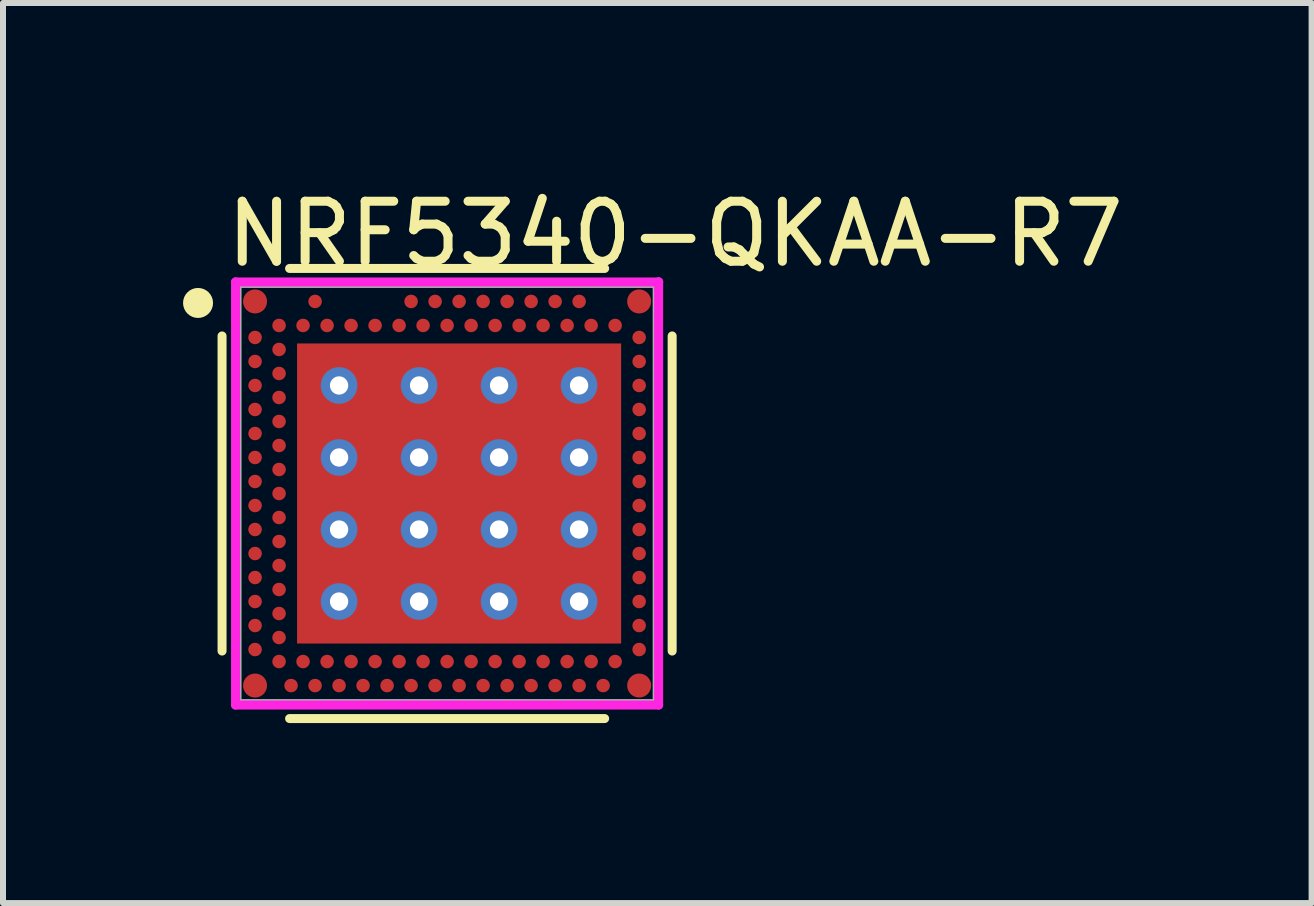
<source format=kicad_pcb>
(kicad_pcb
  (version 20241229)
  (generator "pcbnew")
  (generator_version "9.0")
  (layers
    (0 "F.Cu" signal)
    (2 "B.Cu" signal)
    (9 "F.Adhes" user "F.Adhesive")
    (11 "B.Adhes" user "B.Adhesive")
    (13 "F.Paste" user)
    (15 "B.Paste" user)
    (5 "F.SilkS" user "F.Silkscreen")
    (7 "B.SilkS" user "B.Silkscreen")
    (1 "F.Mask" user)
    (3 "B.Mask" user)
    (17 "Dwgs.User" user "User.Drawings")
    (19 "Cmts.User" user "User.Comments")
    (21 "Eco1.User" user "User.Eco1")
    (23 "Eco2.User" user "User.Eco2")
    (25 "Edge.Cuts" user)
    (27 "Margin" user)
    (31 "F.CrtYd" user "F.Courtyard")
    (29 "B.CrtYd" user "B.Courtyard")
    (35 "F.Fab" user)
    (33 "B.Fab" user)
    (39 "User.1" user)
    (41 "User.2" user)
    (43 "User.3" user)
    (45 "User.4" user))
  (footprint "NRF5340-QKAA-R7"
    (layer "F.Cu")
    (at 4.4 5.173)
    (property "Reference" "NRF5340-QKAA-R7" (at -3.75 -4.325 0) (layer "F.SilkS") (effects (font (size 1 1) (thickness 0.15)) (justify left)))
    (attr through_hole)
    (fp_line (start -3.75 2.625) (end -3.75 -2.625) (stroke (width 0.15) (type solid)) (layer "F.SilkS"))
    (fp_line (start -2.625 -3.75) (end 2.625 -3.75) (stroke (width 0.15) (type solid)) (layer "F.SilkS"))
    (fp_line (start -2.625 3.75) (end 2.625 3.75) (stroke (width 0.15) (type solid)) (layer "F.SilkS"))
    (fp_line (start 3.75 2.625) (end 3.75 -2.625) (stroke (width 0.15) (type solid)) (layer "F.SilkS"))
    (fp_circle (center -4.15 -3.175) (end -4.025 -3.175) (stroke (width 0.25) (type solid)) (fill no) (layer "F.SilkS"))
    (fp_line (start -3.525 -3.525) (end -3.525 3.525) (stroke (width 0.15) (type solid)) (layer "F.CrtYd"))
    (fp_line (start -3.525 3.525) (end 3.525 3.525) (stroke (width 0.15) (type solid)) (layer "F.CrtYd"))
    (fp_line (start 3.525 -3.525) (end -3.525 -3.525) (stroke (width 0.15) (type solid)) (layer "F.CrtYd"))
    (fp_line (start 3.525 -3.525) (end 3.525 -3.525) (stroke (width 0.15) (type solid)) (layer "F.CrtYd"))
    (fp_line (start 3.525 3.525) (end 3.525 -3.525) (stroke (width 0.15) (type solid)) (layer "F.CrtYd"))
    (fp_line (start -3.5 -3.5) (end 3.5 -3.5) (stroke (width 0.15) (type solid)) (layer "F.Fab"))
    (fp_line (start -3.5 3.5) (end -3.5 -3.5) (stroke (width 0.15) (type solid)) (layer "F.Fab"))
    (fp_line (start 3.5 -3.5) (end 3.5 3.5) (stroke (width 0.15) (type solid)) (layer "F.Fab"))
    (fp_line (start 3.5 3.5) (end -3.5 3.5) (stroke (width 0.15) (type solid)) (layer "F.Fab"))
    (pad "" smd rect (at -1.75 -1.8) (size 1.1 1) (layers "F.Paste"))
    (pad "" smd rect (at -1.75 -0.6) (size 1.1 1) (layers "F.Paste"))
    (pad "" smd rect (at -1.75 0.6) (size 1.1 1) (layers "F.Paste"))
    (pad "" smd rect (at -1.75 1.8) (size 1.1 1) (layers "F.Paste"))
    (pad "" smd rect (at -0.45 -1.8) (size 1.1 1) (layers "F.Paste"))
    (pad "" smd rect (at -0.45 -0.6) (size 1.1 1) (layers "F.Paste"))
    (pad "" smd rect (at -0.45 0.6) (size 1.1 1) (layers "F.Paste"))
    (pad "" smd rect (at -0.45 1.8) (size 1.1 1) (layers "F.Paste"))
    (pad "" smd rect (at 0.85 -1.8) (size 1.1 1) (layers "F.Paste"))
    (pad "" smd rect (at 0.85 -0.6) (size 1.1 1) (layers "F.Paste"))
    (pad "" smd rect (at 0.85 0.6) (size 1.1 1) (layers "F.Paste"))
    (pad "" smd rect (at 0.85 1.8) (size 1.1 1) (layers "F.Paste"))
    (pad "" smd rect (at 2.15 -1.8) (size 1.1 1) (layers "F.Paste"))
    (pad "" smd rect (at 2.15 -0.6) (size 1.1 1) (layers "F.Paste"))
    (pad "" smd rect (at 2.15 0.6) (size 1.1 1) (layers "F.Paste"))
    (pad "" smd rect (at 2.15 1.8) (size 1.1 1) (layers "F.Paste"))
    (pad "1" smd rect (at 0.2 0) (size 5.4 5) (layers "F.Cu" "F.Mask"))
    (pad "A1" smd circle (at -3.2 -3.2) (size 0.4 0.4) (layers "F.Cu" "F.Mask" "F.Paste"))
    (pad "A5" smd circle (at -2.2 -3.2) (size 0.225 0.225) (layers "F.Cu" "F.Mask" "F.Paste"))
    (pad "A13" smd circle (at -0.6 -3.2) (size 0.225 0.225) (layers "F.Cu" "F.Mask" "F.Paste"))
    (pad "A15" smd circle (at -0.2 -3.2) (size 0.225 0.225) (layers "F.Cu" "F.Mask" "F.Paste"))
    (pad "A17" smd circle (at 0.2 -3.2) (size 0.225 0.225) (layers "F.Cu" "F.Mask" "F.Paste"))
    (pad "A19" smd circle (at 0.6 -3.2) (size 0.225 0.225) (layers "F.Cu" "F.Mask" "F.Paste"))
    (pad "A21" smd circle (at 1 -3.2) (size 0.225 0.225) (layers "F.Cu" "F.Mask" "F.Paste"))
    (pad "A23" smd circle (at 1.4 -3.2) (size 0.225 0.225) (layers "F.Cu" "F.Mask" "F.Paste"))
    (pad "A25" smd circle (at 1.8 -3.2) (size 0.225 0.225) (layers "F.Cu" "F.Mask" "F.Paste"))
    (pad "A27" smd circle (at 2.2 -3.2) (size 0.225 0.225) (layers "F.Cu" "F.Mask" "F.Paste"))
    (pad "A31" smd circle (at 3.2 -3.2) (size 0.4 0.4) (layers "F.Cu" "F.Mask" "F.Paste"))
    (pad "AA1" smd circle (at -3.2 1) (size 0.225 0.225) (layers "F.Cu" "F.Mask" "F.Paste"))
    (pad "AA31" smd circle (at 3.2 1) (size 0.225 0.225) (layers "F.Cu" "F.Mask" "F.Paste"))
    (pad "AB2" smd circle (at -2.8 1.2) (size 0.225 0.225) (layers "F.Cu" "F.Mask" "F.Paste"))
    (pad "AC1" smd circle (at -3.2 1.4) (size 0.225 0.225) (layers "F.Cu" "F.Mask" "F.Paste"))
    (pad "AC31" smd circle (at 3.2 1.4) (size 0.225 0.225) (layers "F.Cu" "F.Mask" "F.Paste"))
    (pad "AD2" smd circle (at -2.8 1.6) (size 0.225 0.225) (layers "F.Cu" "F.Mask" "F.Paste"))
    (pad "AE1" smd circle (at -3.2 1.8) (size 0.225 0.225) (layers "F.Cu" "F.Mask" "F.Paste"))
    (pad "AE31" smd circle (at 3.2 1.8) (size 0.225 0.225) (layers "F.Cu" "F.Mask" "F.Paste"))
    (pad "AF2" smd circle (at -2.8 2) (size 0.225 0.225) (layers "F.Cu" "F.Mask" "F.Paste"))
    (pad "AG1" smd circle (at -3.2 2.2) (size 0.225 0.225) (layers "F.Cu" "F.Mask" "F.Paste"))
    (pad "AG31" smd circle (at 3.2 2.2) (size 0.225 0.225) (layers "F.Cu" "F.Mask" "F.Paste"))
    (pad "AH2" smd circle (at -2.8 2.4) (size 0.225 0.225) (layers "F.Cu" "F.Mask" "F.Paste"))
    (pad "AJ1" smd circle (at -3.2 2.6) (size 0.225 0.225) (layers "F.Cu" "F.Mask" "F.Paste"))
    (pad "AJ31" smd circle (at 3.2 2.6) (size 0.225 0.225) (layers "F.Cu" "F.Mask" "F.Paste"))
    (pad "AK2" smd circle (at -2.8 2.8) (size 0.225 0.225) (layers "F.Cu" "F.Mask" "F.Paste"))
    (pad "AK4" smd circle (at -2.4 2.8) (size 0.225 0.225) (layers "F.Cu" "F.Mask" "F.Paste"))
    (pad "AK6" smd circle (at -2 2.8) (size 0.225 0.225) (layers "F.Cu" "F.Mask" "F.Paste"))
    (pad "AK8" smd circle (at -1.6 2.8) (size 0.225 0.225) (layers "F.Cu" "F.Mask" "F.Paste"))
    (pad "AK10" smd circle (at -1.2 2.8) (size 0.225 0.225) (layers "F.Cu" "F.Mask" "F.Paste"))
    (pad "AK12" smd circle (at -0.8 2.8) (size 0.225 0.225) (layers "F.Cu" "F.Mask" "F.Paste"))
    (pad "AK14" smd circle (at -0.4 2.8) (size 0.225 0.225) (layers "F.Cu" "F.Mask" "F.Paste"))
    (pad "AK16" smd circle (at 0 2.8) (size 0.225 0.225) (layers "F.Cu" "F.Mask" "F.Paste"))
    (pad "AK18" smd circle (at 0.4 2.8) (size 0.225 0.225) (layers "F.Cu" "F.Mask" "F.Paste"))
    (pad "AK20" smd circle (at 0.8 2.8) (size 0.225 0.225) (layers "F.Cu" "F.Mask" "F.Paste"))
    (pad "AK22" smd circle (at 1.2 2.8) (size 0.225 0.225) (layers "F.Cu" "F.Mask" "F.Paste"))
    (pad "AK24" smd circle (at 1.6 2.8) (size 0.225 0.225) (layers "F.Cu" "F.Mask" "F.Paste"))
    (pad "AK26" smd circle (at 2 2.8) (size 0.225 0.225) (layers "F.Cu" "F.Mask" "F.Paste"))
    (pad "AK28" smd circle (at 2.4 2.8) (size 0.225 0.225) (layers "F.Cu" "F.Mask" "F.Paste"))
    (pad "AK30" smd circle (at 2.8 2.8) (size 0.225 0.225) (layers "F.Cu" "F.Mask" "F.Paste"))
    (pad "AL1" smd circle (at -3.2 3.2) (size 0.4 0.4) (layers "F.Cu" "F.Mask" "F.Paste"))
    (pad "AL3" smd circle (at -2.6 3.2) (size 0.225 0.225) (layers "F.Cu" "F.Mask" "F.Paste"))
    (pad "AL5" smd circle (at -2.2 3.2) (size 0.225 0.225) (layers "F.Cu" "F.Mask" "F.Paste"))
    (pad "AL7" smd circle (at -1.8 3.2) (size 0.225 0.225) (layers "F.Cu" "F.Mask" "F.Paste"))
    (pad "AL9" smd circle (at -1.4 3.2) (size 0.225 0.225) (layers "F.Cu" "F.Mask" "F.Paste"))
    (pad "AL11" smd circle (at -1 3.2) (size 0.225 0.225) (layers "F.Cu" "F.Mask" "F.Paste"))
    (pad "AL13" smd circle (at -0.6 3.2) (size 0.225 0.225) (layers "F.Cu" "F.Mask" "F.Paste"))
    (pad "AL15" smd circle (at -0.2 3.2) (size 0.225 0.225) (layers "F.Cu" "F.Mask" "F.Paste"))
    (pad "AL17" smd circle (at 0.2 3.2) (size 0.225 0.225) (layers "F.Cu" "F.Mask" "F.Paste"))
    (pad "AL19" smd circle (at 0.6 3.2) (size 0.225 0.225) (layers "F.Cu" "F.Mask" "F.Paste"))
    (pad "AL21" smd circle (at 1 3.2) (size 0.225 0.225) (layers "F.Cu" "F.Mask" "F.Paste"))
    (pad "AL23" smd circle (at 1.4 3.2) (size 0.225 0.225) (layers "F.Cu" "F.Mask" "F.Paste"))
    (pad "AL25" smd circle (at 1.8 3.2) (size 0.225 0.225) (layers "F.Cu" "F.Mask" "F.Paste"))
    (pad "AL27" smd circle (at 2.2 3.2) (size 0.225 0.225) (layers "F.Cu" "F.Mask" "F.Paste"))
    (pad "AL29" smd circle (at 2.6 3.2) (size 0.225 0.225) (layers "F.Cu" "F.Mask" "F.Paste"))
    (pad "AL31" smd circle (at 3.2 3.2) (size 0.4 0.4) (layers "F.Cu" "F.Mask" "F.Paste"))
    (pad "B2" smd circle (at -2.8 -2.8) (size 0.225 0.225) (layers "F.Cu" "F.Mask" "F.Paste"))
    (pad "B4" smd circle (at -2.4 -2.8) (size 0.225 0.225) (layers "F.Cu" "F.Mask" "F.Paste"))
    (pad "B6" smd circle (at -2 -2.8) (size 0.225 0.225) (layers "F.Cu" "F.Mask" "F.Paste"))
    (pad "B8" smd circle (at -1.6 -2.8) (size 0.225 0.225) (layers "F.Cu" "F.Mask" "F.Paste"))
    (pad "B10" smd circle (at -1.2 -2.8) (size 0.225 0.225) (layers "F.Cu" "F.Mask" "F.Paste"))
    (pad "B12" smd circle (at -0.8 -2.8) (size 0.225 0.225) (layers "F.Cu" "F.Mask" "F.Paste"))
    (pad "B14" smd circle (at -0.4 -2.8) (size 0.225 0.225) (layers "F.Cu" "F.Mask" "F.Paste"))
    (pad "B16" smd circle (at 0 -2.8) (size 0.225 0.225) (layers "F.Cu" "F.Mask" "F.Paste"))
    (pad "B18" smd circle (at 0.4 -2.8) (size 0.225 0.225) (layers "F.Cu" "F.Mask" "F.Paste"))
    (pad "B20" smd circle (at 0.8 -2.8) (size 0.225 0.225) (layers "F.Cu" "F.Mask" "F.Paste"))
    (pad "B22" smd circle (at 1.2 -2.8) (size 0.225 0.225) (layers "F.Cu" "F.Mask" "F.Paste"))
    (pad "B24" smd circle (at 1.6 -2.8) (size 0.225 0.225) (layers "F.Cu" "F.Mask" "F.Paste"))
    (pad "B26" smd circle (at 2 -2.8) (size 0.225 0.225) (layers "F.Cu" "F.Mask" "F.Paste"))
    (pad "B28" smd circle (at 2.4 -2.8) (size 0.225 0.225) (layers "F.Cu" "F.Mask" "F.Paste"))
    (pad "B30" smd circle (at 2.8 -2.8) (size 0.225 0.225) (layers "F.Cu" "F.Mask" "F.Paste"))
    (pad "C1" smd circle (at -3.2 -2.6) (size 0.225 0.225) (layers "F.Cu" "F.Mask" "F.Paste"))
    (pad "C31" smd circle (at 3.2 -2.6) (size 0.225 0.225) (layers "F.Cu" "F.Mask" "F.Paste"))
    (pad "D2" smd circle (at -2.8 -2.4) (size 0.225 0.225) (layers "F.Cu" "F.Mask" "F.Paste"))
    (pad "E1" smd circle (at -3.2 -2.2) (size 0.225 0.225) (layers "F.Cu" "F.Mask" "F.Paste"))
    (pad "E31" smd circle (at 3.2 -2.2) (size 0.225 0.225) (layers "F.Cu" "F.Mask" "F.Paste"))
    (pad "F2" smd circle (at -2.8 -2) (size 0.225 0.225) (layers "F.Cu" "F.Mask" "F.Paste"))
    (pad "G1" smd circle (at -3.2 -1.8) (size 0.225 0.225) (layers "F.Cu" "F.Mask" "F.Paste"))
    (pad "G31" smd circle (at 3.2 -1.8) (size 0.225 0.225) (layers "F.Cu" "F.Mask" "F.Paste"))
    (pad "H2" smd circle (at -2.8 -1.6) (size 0.225 0.225) (layers "F.Cu" "F.Mask" "F.Paste"))
    (pad "J1" smd circle (at -3.2 -1.4) (size 0.225 0.225) (layers "F.Cu" "F.Mask" "F.Paste"))
    (pad "J31" smd circle (at 3.2 -1.4) (size 0.225 0.225) (layers "F.Cu" "F.Mask" "F.Paste"))
    (pad "K2" smd circle (at -2.8 -1.2) (size 0.225 0.225) (layers "F.Cu" "F.Mask" "F.Paste"))
    (pad "L1" smd circle (at -3.2 -1) (size 0.225 0.225) (layers "F.Cu" "F.Mask" "F.Paste"))
    (pad "L31" smd circle (at 3.2 -1) (size 0.225 0.225) (layers "F.Cu" "F.Mask" "F.Paste"))
    (pad "M2" smd circle (at -2.8 -0.8) (size 0.225 0.225) (layers "F.Cu" "F.Mask" "F.Paste"))
    (pad "N1" smd circle (at -3.2 -0.6) (size 0.225 0.225) (layers "F.Cu" "F.Mask" "F.Paste"))
    (pad "N31" smd circle (at 3.2 -0.6) (size 0.225 0.225) (layers "F.Cu" "F.Mask" "F.Paste"))
    (pad "P2" smd circle (at -2.8 -0.4) (size 0.225 0.225) (layers "F.Cu" "F.Mask" "F.Paste"))
    (pad "R1" smd circle (at -3.2 -0.2) (size 0.225 0.225) (layers "F.Cu" "F.Mask" "F.Paste"))
    (pad "R31" smd circle (at 3.2 -0.2) (size 0.225 0.225) (layers "F.Cu" "F.Mask" "F.Paste"))
    (pad "T2" smd circle (at -2.8 0) (size 0.225 0.225) (layers "F.Cu" "F.Mask" "F.Paste"))
    (pad "U1" smd circle (at -3.2 0.2) (size 0.225 0.225) (layers "F.Cu" "F.Mask" "F.Paste"))
    (pad "U31" smd circle (at 3.2 0.2) (size 0.225 0.225) (layers "F.Cu" "F.Mask" "F.Paste"))
    (pad "V2" smd circle (at -2.8 0.4) (size 0.225 0.225) (layers "F.Cu" "F.Mask" "F.Paste"))
    (pad "W1" smd circle (at -3.2 0.6) (size 0.225 0.225) (layers "F.Cu" "F.Mask" "F.Paste"))
    (pad "W31" smd circle (at 3.2 0.6) (size 0.225 0.225) (layers "F.Cu" "F.Mask" "F.Paste"))
    (pad "Y2" smd circle (at -2.8 0.8) (size 0.225 0.225) (layers "F.Cu" "F.Mask" "F.Paste"))
    (pad "~" thru_hole circle (at -1.8 -1.8) (size 0.61 0.61) (drill 0.305) (layers "*.Cu"))
    (pad "~" thru_hole circle (at -1.8 -0.6) (size 0.61 0.61) (drill 0.305) (layers "*.Cu"))
    (pad "~" thru_hole circle (at -1.8 0.6) (size 0.61 0.61) (drill 0.305) (layers "*.Cu"))
    (pad "~" thru_hole circle (at -1.8 1.8) (size 0.61 0.61) (drill 0.305) (layers "*.Cu"))
    (pad "~" thru_hole circle (at -0.467 -1.8) (size 0.61 0.61) (drill 0.305) (layers "*.Cu"))
    (pad "~" thru_hole circle (at -0.467 -0.6) (size 0.61 0.61) (drill 0.305) (layers "*.Cu"))
    (pad "~" thru_hole circle (at -0.467 0.6) (size 0.61 0.61) (drill 0.305) (layers "*.Cu"))
    (pad "~" thru_hole circle (at -0.467 1.8) (size 0.61 0.61) (drill 0.305) (layers "*.Cu"))
    (pad "~" thru_hole circle (at 0.866 -1.8) (size 0.61 0.61) (drill 0.305) (layers "*.Cu"))
    (pad "~" thru_hole circle (at 0.866 -0.6) (size 0.61 0.61) (drill 0.305) (layers "*.Cu"))
    (pad "~" thru_hole circle (at 0.866 0.6) (size 0.61 0.61) (drill 0.305) (layers "*.Cu"))
    (pad "~" thru_hole circle (at 0.866 1.8) (size 0.61 0.61) (drill 0.305) (layers "*.Cu"))
    (pad "~" thru_hole circle (at 2.199 -1.8) (size 0.61 0.61) (drill 0.305) (layers "*.Cu"))
    (pad "~" thru_hole circle (at 2.199 -0.6) (size 0.61 0.61) (drill 0.305) (layers "*.Cu"))
    (pad "~" thru_hole circle (at 2.199 0.6) (size 0.61 0.61) (drill 0.305) (layers "*.Cu"))
    (pad "~" thru_hole circle (at 2.199 1.8) (size 0.61 0.61) (drill 0.305) (layers "*.Cu")))
  (gr_rect
    (start -3 -3)
    (end 18.805 11.998)
    (stroke (width 0.1) (type default))
    (fill no)
    (layer "Edge.Cuts")))
</source>
